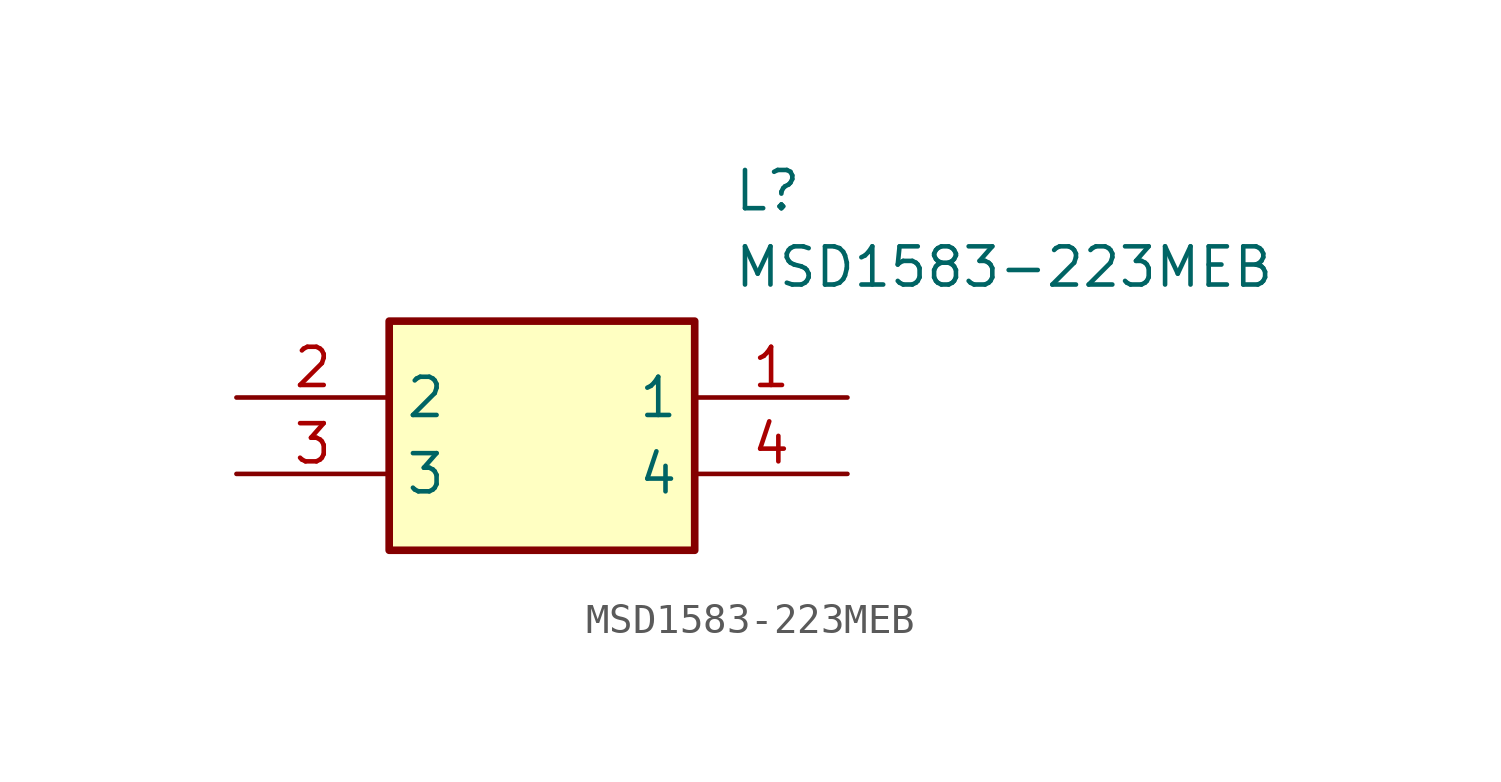
<source format=kicad_sym>
(kicad_symbol_lib
  (version 20211014)
  (generator SamacSys_ECAD_Model)
  (symbol "MSD1583-223MEB"
    (property "Reference" "L"
      (at 16.51 7.62 0)
      (effects (font (size 1.27 1.27)) (justify left top)))
    (property "Value" "MSD1583-223MEB"
      (at 16.51 5.08 0)
      (effects (font (size 1.27 1.27)) (justify left top)))
    (rectangle
      (start 5.08 2.54)
      (end 15.24 -5.08)
      (stroke (width 0.254) (type default))
      (fill (type background)))
    (pin passive line
      (at 20.32 0 180)
      (length 5.08)
      (name "1" (effects (font (size 1.27 1.27))))
      (number "1" (effects (font (size 1.27 1.27)))))
    (pin passive line
      (at 0 0 0)
      (length 5.08)
      (name "2" (effects (font (size 1.27 1.27))))
      (number "2" (effects (font (size 1.27 1.27)))))
    (pin passive line
      (at 0 -2.54 0)
      (length 5.08)
      (name "3" (effects (font (size 1.27 1.27))))
      (number "3" (effects (font (size 1.27 1.27)))))
    (pin passive line
      (at 20.32 -2.54 180)
      (length 5.08)
      (name "4" (effects (font (size 1.27 1.27))))
      (number "4" (effects (font (size 1.27 1.27)))))))
</source>
